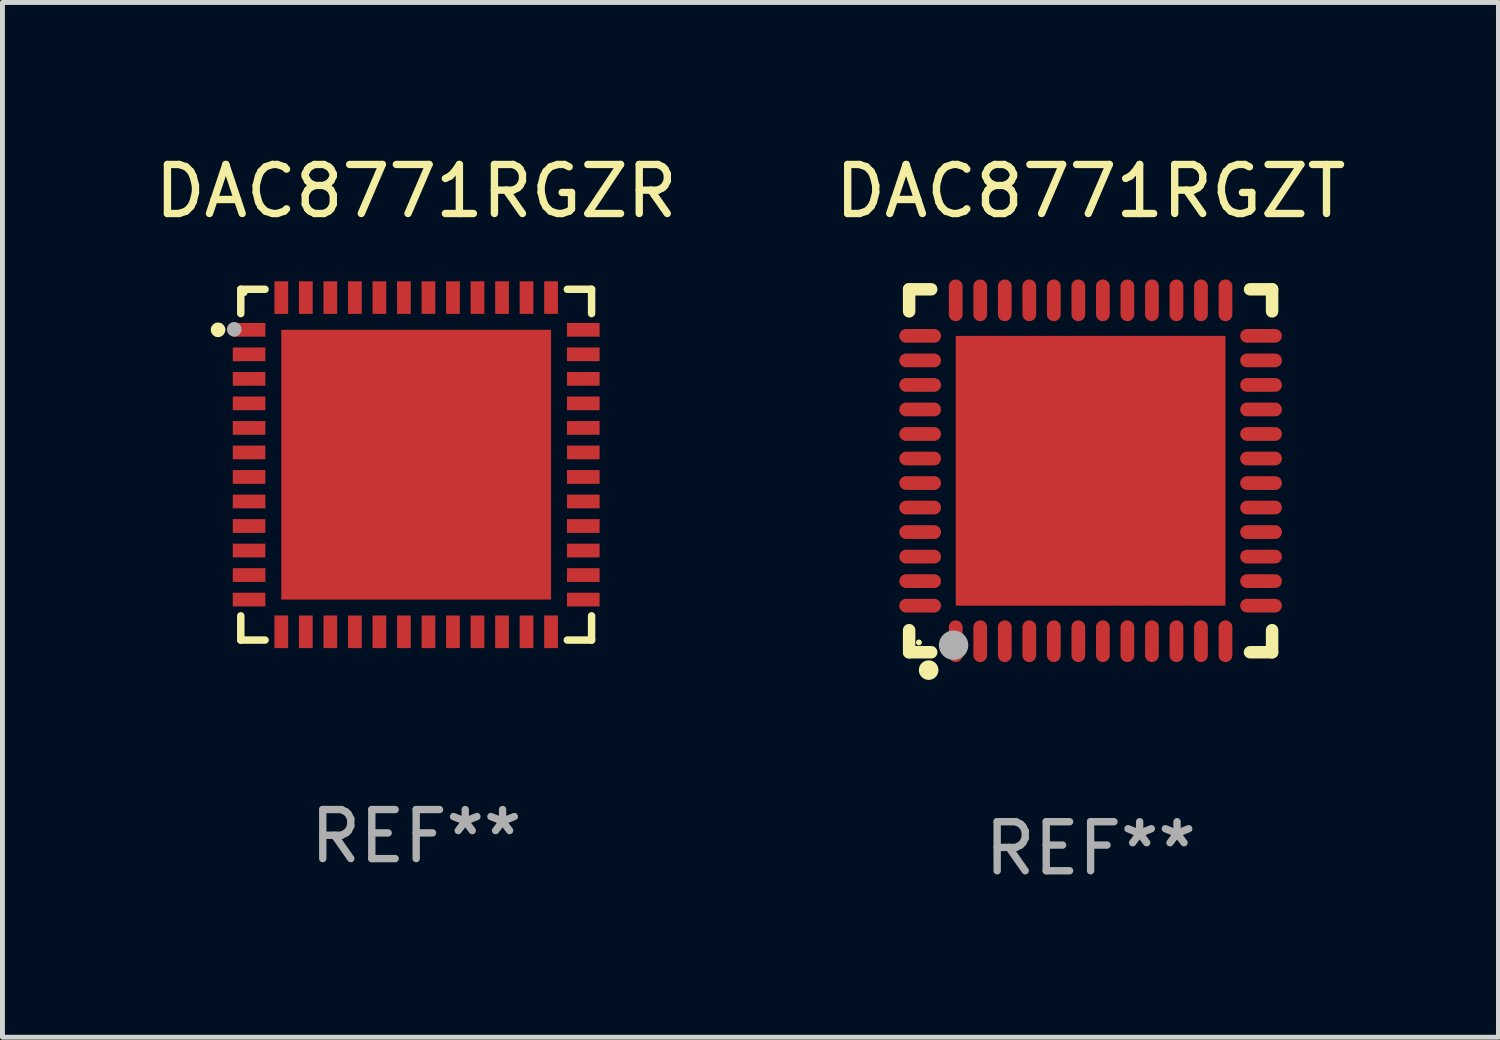
<source format=kicad_pcb>
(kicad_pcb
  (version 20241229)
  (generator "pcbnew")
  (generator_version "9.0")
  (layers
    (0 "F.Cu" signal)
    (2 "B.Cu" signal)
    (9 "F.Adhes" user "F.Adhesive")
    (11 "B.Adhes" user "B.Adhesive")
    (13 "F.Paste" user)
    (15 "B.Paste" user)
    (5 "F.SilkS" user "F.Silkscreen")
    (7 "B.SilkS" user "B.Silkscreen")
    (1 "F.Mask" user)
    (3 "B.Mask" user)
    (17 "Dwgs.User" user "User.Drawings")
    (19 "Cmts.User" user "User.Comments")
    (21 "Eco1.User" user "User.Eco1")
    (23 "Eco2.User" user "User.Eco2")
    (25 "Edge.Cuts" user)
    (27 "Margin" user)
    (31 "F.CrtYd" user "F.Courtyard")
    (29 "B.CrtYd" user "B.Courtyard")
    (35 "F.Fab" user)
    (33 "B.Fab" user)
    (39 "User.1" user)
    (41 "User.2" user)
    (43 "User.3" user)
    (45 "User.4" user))
  (footprint "DAC8771RGZT"
    (layer "F.Cu")
    (at 19.185 6.548)
    (property "Reference" "DAC8771RGZT" (at 0 -5.7 0) (layer "F.SilkS") (effects (font (size 1 1) (thickness 0.15))))
    (attr through_hole)
    (fp_line (start -3.7 -3.7) (end -3.25 -3.7) (stroke (width 0.254) (type solid)) (layer "F.SilkS"))
    (fp_line (start -3.7 -3.25) (end -3.7 -3.7) (stroke (width 0.254) (type solid)) (layer "F.SilkS"))
    (fp_line (start -3.7 3.7) (end -3.7 3.25) (stroke (width 0.254) (type solid)) (layer "F.SilkS"))
    (fp_line (start -3.25 3.7) (end -3.7 3.7) (stroke (width 0.254) (type solid)) (layer "F.SilkS"))
    (fp_line (start 3.25 3.7) (end 3.7 3.7) (stroke (width 0.254) (type solid)) (layer "F.SilkS"))
    (fp_line (start 3.7 -3.7) (end 3.25 -3.7) (stroke (width 0.254) (type solid)) (layer "F.SilkS"))
    (fp_line (start 3.7 -3.25) (end 3.7 -3.7) (stroke (width 0.254) (type solid)) (layer "F.SilkS"))
    (fp_line (start 3.7 3.7) (end 3.7 3.25) (stroke (width 0.254) (type solid)) (layer "F.SilkS"))
    (fp_circle (center -3.5 3.5) (end -3.47 3.5) (stroke (width 0.06) (type solid)) (fill no) (layer "F.SilkS"))
    (fp_circle (center -3.302 4.064) (end -3.202 4.064) (stroke (width 0.2) (type solid)) (fill no) (layer "F.SilkS"))
    (fp_circle (center -2.794 3.556) (end -2.644 3.556) (stroke (width 0.3) (type solid)) (fill no) (layer "F.Fab"))
    (fp_text user "REF**" (at 0 7.7 0) (layer "F.Fab") (effects (font (size 1 1) (thickness 0.15))))
    (pad "1" smd oval (at -2.75 3.475) (size 0.28 0.85) (layers "F.Cu" "F.Mask" "F.Paste"))
    (pad "2" smd oval (at -2.25 3.475) (size 0.28 0.85) (layers "F.Cu" "F.Mask" "F.Paste"))
    (pad "3" smd oval (at -1.75 3.475) (size 0.28 0.85) (layers "F.Cu" "F.Mask" "F.Paste"))
    (pad "4" smd oval (at -1.25 3.475) (size 0.28 0.85) (layers "F.Cu" "F.Mask" "F.Paste"))
    (pad "5" smd oval (at -0.75 3.475) (size 0.28 0.85) (layers "F.Cu" "F.Mask" "F.Paste"))
    (pad "6" smd oval (at -0.25 3.475) (size 0.28 0.85) (layers "F.Cu" "F.Mask" "F.Paste"))
    (pad "7" smd oval (at 0.25 3.475) (size 0.28 0.85) (layers "F.Cu" "F.Mask" "F.Paste"))
    (pad "8" smd oval (at 0.75 3.475) (size 0.28 0.85) (layers "F.Cu" "F.Mask" "F.Paste"))
    (pad "9" smd oval (at 1.25 3.475) (size 0.28 0.85) (layers "F.Cu" "F.Mask" "F.Paste"))
    (pad "10" smd oval (at 1.75 3.475) (size 0.28 0.85) (layers "F.Cu" "F.Mask" "F.Paste"))
    (pad "11" smd oval (at 2.25 3.475) (size 0.28 0.85) (layers "F.Cu" "F.Mask" "F.Paste"))
    (pad "12" smd oval (at 2.75 3.475) (size 0.28 0.85) (layers "F.Cu" "F.Mask" "F.Paste"))
    (pad "13" smd oval (at 3.475 2.75) (size 0.85 0.28) (layers "F.Cu" "F.Mask" "F.Paste"))
    (pad "14" smd oval (at 3.475 2.25) (size 0.85 0.28) (layers "F.Cu" "F.Mask" "F.Paste"))
    (pad "15" smd oval (at 3.475 1.75) (size 0.85 0.28) (layers "F.Cu" "F.Mask" "F.Paste"))
    (pad "16" smd oval (at 3.475 1.25) (size 0.85 0.28) (layers "F.Cu" "F.Mask" "F.Paste"))
    (pad "17" smd oval (at 3.475 0.75) (size 0.85 0.28) (layers "F.Cu" "F.Mask" "F.Paste"))
    (pad "18" smd oval (at 3.475 0.25) (size 0.85 0.28) (layers "F.Cu" "F.Mask" "F.Paste"))
    (pad "19" smd oval (at 3.475 -0.25) (size 0.85 0.28) (layers "F.Cu" "F.Mask" "F.Paste"))
    (pad "20" smd oval (at 3.475 -0.75) (size 0.85 0.28) (layers "F.Cu" "F.Mask" "F.Paste"))
    (pad "21" smd oval (at 3.475 -1.25) (size 0.85 0.28) (layers "F.Cu" "F.Mask" "F.Paste"))
    (pad "22" smd oval (at 3.475 -1.75) (size 0.85 0.28) (layers "F.Cu" "F.Mask" "F.Paste"))
    (pad "23" smd oval (at 3.475 -2.25) (size 0.85 0.28) (layers "F.Cu" "F.Mask" "F.Paste"))
    (pad "24" smd oval (at 3.475 -2.75) (size 0.85 0.28) (layers "F.Cu" "F.Mask" "F.Paste"))
    (pad "25" smd oval (at 2.75 -3.475) (size 0.28 0.85) (layers "F.Cu" "F.Mask" "F.Paste"))
    (pad "26" smd oval (at 2.25 -3.475) (size 0.28 0.85) (layers "F.Cu" "F.Mask" "F.Paste"))
    (pad "27" smd oval (at 1.75 -3.475) (size 0.28 0.85) (layers "F.Cu" "F.Mask" "F.Paste"))
    (pad "28" smd oval (at 1.25 -3.475) (size 0.28 0.85) (layers "F.Cu" "F.Mask" "F.Paste"))
    (pad "29" smd oval (at 0.75 -3.475) (size 0.28 0.85) (layers "F.Cu" "F.Mask" "F.Paste"))
    (pad "30" smd oval (at 0.25 -3.475) (size 0.28 0.85) (layers "F.Cu" "F.Mask" "F.Paste"))
    (pad "31" smd oval (at -0.25 -3.475) (size 0.28 0.85) (layers "F.Cu" "F.Mask" "F.Paste"))
    (pad "32" smd oval (at -0.75 -3.475) (size 0.28 0.85) (layers "F.Cu" "F.Mask" "F.Paste"))
    (pad "33" smd oval (at -1.25 -3.475) (size 0.28 0.85) (layers "F.Cu" "F.Mask" "F.Paste"))
    (pad "34" smd oval (at -1.75 -3.475) (size 0.28 0.85) (layers "F.Cu" "F.Mask" "F.Paste"))
    (pad "35" smd oval (at -2.25 -3.475) (size 0.28 0.85) (layers "F.Cu" "F.Mask" "F.Paste"))
    (pad "36" smd oval (at -2.75 -3.475) (size 0.28 0.85) (layers "F.Cu" "F.Mask" "F.Paste"))
    (pad "37" smd oval (at -3.475 -2.75) (size 0.85 0.28) (layers "F.Cu" "F.Mask" "F.Paste"))
    (pad "38" smd oval (at -3.475 -2.25) (size 0.85 0.28) (layers "F.Cu" "F.Mask" "F.Paste"))
    (pad "39" smd oval (at -3.475 -1.75) (size 0.85 0.28) (layers "F.Cu" "F.Mask" "F.Paste"))
    (pad "40" smd oval (at -3.475 -1.25) (size 0.85 0.28) (layers "F.Cu" "F.Mask" "F.Paste"))
    (pad "41" smd oval (at -3.475 -0.75) (size 0.85 0.28) (layers "F.Cu" "F.Mask" "F.Paste"))
    (pad "42" smd oval (at -3.475 -0.25) (size 0.85 0.28) (layers "F.Cu" "F.Mask" "F.Paste"))
    (pad "43" smd oval (at -3.475 0.25) (size 0.85 0.28) (layers "F.Cu" "F.Mask" "F.Paste"))
    (pad "44" smd oval (at -3.475 0.75) (size 0.85 0.28) (layers "F.Cu" "F.Mask" "F.Paste"))
    (pad "45" smd oval (at -3.475 1.25) (size 0.85 0.28) (layers "F.Cu" "F.Mask" "F.Paste"))
    (pad "46" smd oval (at -3.475 1.75) (size 0.85 0.28) (layers "F.Cu" "F.Mask" "F.Paste"))
    (pad "47" smd oval (at -3.475 2.25) (size 0.85 0.28) (layers "F.Cu" "F.Mask" "F.Paste"))
    (pad "48" smd oval (at -3.475 2.75) (size 0.85 0.28) (layers "F.Cu" "F.Mask" "F.Paste"))
    (pad "49" smd rect (at -0.000102 0.000102) (size 5.5 5.5) (layers "F.Cu" "F.Mask" "F.Paste")))
  (footprint "DAC8771RGZR"
    (layer "F.Cu")
    (at 5.435 6.424)
    (property "Reference" "DAC8771RGZR" (at 0 -5.576 0) (layer "F.SilkS") (effects (font (size 1 1) (thickness 0.15))))
    (attr through_hole)
    (fp_line (start -3.576 -3.576) (end -3.576 -3.081) (stroke (width 0.152) (type solid)) (layer "F.SilkS"))
    (fp_line (start -3.576 3.576) (end -3.576 3.081) (stroke (width 0.152) (type solid)) (layer "F.SilkS"))
    (fp_line (start -3.081 -3.576) (end -3.576 -3.576) (stroke (width 0.152) (type solid)) (layer "F.SilkS"))
    (fp_line (start -3.081 3.576) (end -3.576 3.576) (stroke (width 0.152) (type solid)) (layer "F.SilkS"))
    (fp_line (start 3.081 -3.576) (end 3.576 -3.576) (stroke (width 0.152) (type solid)) (layer "F.SilkS"))
    (fp_line (start 3.081 3.576) (end 3.576 3.576) (stroke (width 0.152) (type solid)) (layer "F.SilkS"))
    (fp_line (start 3.576 -3.576) (end 3.576 -3.081) (stroke (width 0.152) (type solid)) (layer "F.SilkS"))
    (fp_line (start 3.576 3.576) (end 3.576 3.081) (stroke (width 0.152) (type solid)) (layer "F.SilkS"))
    (fp_circle (center -4.04 -2.75) (end -3.965 -2.75) (stroke (width 0.15) (type solid)) (fill no) (layer "F.SilkS"))
    (fp_circle (center -3.5 -3.5) (end -3.47 -3.5) (stroke (width 0.06) (type solid)) (fill no) (layer "F.SilkS"))
    (fp_circle (center -3.71 -2.76) (end -3.635 -2.76) (stroke (width 0.15) (type solid)) (fill no) (layer "F.Fab"))
    (fp_text user "REF**" (at 0 7.576 0) (layer "F.Fab") (effects (font (size 1 1) (thickness 0.15))))
    (pad "1" smd rect (at -3.407 -2.75) (size 0.665 0.28) (layers "F.Cu" "F.Mask" "F.Paste"))
    (pad "2" smd rect (at -3.407 -2.25) (size 0.665 0.28) (layers "F.Cu" "F.Mask" "F.Paste"))
    (pad "3" smd rect (at -3.407 -1.75) (size 0.665 0.28) (layers "F.Cu" "F.Mask" "F.Paste"))
    (pad "4" smd rect (at -3.407 -1.25) (size 0.665 0.28) (layers "F.Cu" "F.Mask" "F.Paste"))
    (pad "5" smd rect (at -3.407 -0.75) (size 0.665 0.28) (layers "F.Cu" "F.Mask" "F.Paste"))
    (pad "6" smd rect (at -3.407 -0.25) (size 0.665 0.28) (layers "F.Cu" "F.Mask" "F.Paste"))
    (pad "7" smd rect (at -3.407 0.25) (size 0.665 0.28) (layers "F.Cu" "F.Mask" "F.Paste"))
    (pad "8" smd rect (at -3.407 0.75) (size 0.665 0.28) (layers "F.Cu" "F.Mask" "F.Paste"))
    (pad "9" smd rect (at -3.407 1.25) (size 0.665 0.28) (layers "F.Cu" "F.Mask" "F.Paste"))
    (pad "10" smd rect (at -3.407 1.75) (size 0.665 0.28) (layers "F.Cu" "F.Mask" "F.Paste"))
    (pad "11" smd rect (at -3.407 2.25) (size 0.665 0.28) (layers "F.Cu" "F.Mask" "F.Paste"))
    (pad "12" smd rect (at -3.407 2.75) (size 0.665 0.28) (layers "F.Cu" "F.Mask" "F.Paste"))
    (pad "13" smd rect (at -2.75 3.407) (size 0.28 0.665) (layers "F.Cu" "F.Mask" "F.Paste"))
    (pad "14" smd rect (at -2.25 3.407) (size 0.28 0.665) (layers "F.Cu" "F.Mask" "F.Paste"))
    (pad "15" smd rect (at -1.75 3.407) (size 0.28 0.665) (layers "F.Cu" "F.Mask" "F.Paste"))
    (pad "16" smd rect (at -1.25 3.407) (size 0.28 0.665) (layers "F.Cu" "F.Mask" "F.Paste"))
    (pad "17" smd rect (at -0.75 3.407) (size 0.28 0.665) (layers "F.Cu" "F.Mask" "F.Paste"))
    (pad "18" smd rect (at -0.25 3.407) (size 0.28 0.665) (layers "F.Cu" "F.Mask" "F.Paste"))
    (pad "19" smd rect (at 0.25 3.407) (size 0.28 0.665) (layers "F.Cu" "F.Mask" "F.Paste"))
    (pad "20" smd rect (at 0.75 3.407) (size 0.28 0.665) (layers "F.Cu" "F.Mask" "F.Paste"))
    (pad "21" smd rect (at 1.25 3.407) (size 0.28 0.665) (layers "F.Cu" "F.Mask" "F.Paste"))
    (pad "22" smd rect (at 1.75 3.407) (size 0.28 0.665) (layers "F.Cu" "F.Mask" "F.Paste"))
    (pad "23" smd rect (at 2.25 3.407) (size 0.28 0.665) (layers "F.Cu" "F.Mask" "F.Paste"))
    (pad "24" smd rect (at 2.75 3.407) (size 0.28 0.665) (layers "F.Cu" "F.Mask" "F.Paste"))
    (pad "25" smd rect (at 3.407 2.75) (size 0.665 0.28) (layers "F.Cu" "F.Mask" "F.Paste"))
    (pad "26" smd rect (at 3.407 2.25) (size 0.665 0.28) (layers "F.Cu" "F.Mask" "F.Paste"))
    (pad "27" smd rect (at 3.407 1.75) (size 0.665 0.28) (layers "F.Cu" "F.Mask" "F.Paste"))
    (pad "28" smd rect (at 3.407 1.25) (size 0.665 0.28) (layers "F.Cu" "F.Mask" "F.Paste"))
    (pad "29" smd rect (at 3.407 0.75) (size 0.665 0.28) (layers "F.Cu" "F.Mask" "F.Paste"))
    (pad "30" smd rect (at 3.407 0.25) (size 0.665 0.28) (layers "F.Cu" "F.Mask" "F.Paste"))
    (pad "31" smd rect (at 3.407 -0.25) (size 0.665 0.28) (layers "F.Cu" "F.Mask" "F.Paste"))
    (pad "32" smd rect (at 3.407 -0.75) (size 0.665 0.28) (layers "F.Cu" "F.Mask" "F.Paste"))
    (pad "33" smd rect (at 3.407 -1.25) (size 0.665 0.28) (layers "F.Cu" "F.Mask" "F.Paste"))
    (pad "34" smd rect (at 3.407 -1.75) (size 0.665 0.28) (layers "F.Cu" "F.Mask" "F.Paste"))
    (pad "35" smd rect (at 3.407 -2.25) (size 0.665 0.28) (layers "F.Cu" "F.Mask" "F.Paste"))
    (pad "36" smd rect (at 3.407 -2.75) (size 0.665 0.28) (layers "F.Cu" "F.Mask" "F.Paste"))
    (pad "37" smd rect (at 2.75 -3.407) (size 0.28 0.665) (layers "F.Cu" "F.Mask" "F.Paste"))
    (pad "38" smd rect (at 2.25 -3.407) (size 0.28 0.665) (layers "F.Cu" "F.Mask" "F.Paste"))
    (pad "39" smd rect (at 1.75 -3.407) (size 0.28 0.665) (layers "F.Cu" "F.Mask" "F.Paste"))
    (pad "40" smd rect (at 1.25 -3.407) (size 0.28 0.665) (layers "F.Cu" "F.Mask" "F.Paste"))
    (pad "41" smd rect (at 0.75 -3.407) (size 0.28 0.665) (layers "F.Cu" "F.Mask" "F.Paste"))
    (pad "42" smd rect (at 0.25 -3.407) (size 0.28 0.665) (layers "F.Cu" "F.Mask" "F.Paste"))
    (pad "43" smd rect (at -0.25 -3.407) (size 0.28 0.665) (layers "F.Cu" "F.Mask" "F.Paste"))
    (pad "44" smd rect (at -0.75 -3.407) (size 0.28 0.665) (layers "F.Cu" "F.Mask" "F.Paste"))
    (pad "45" smd rect (at -1.25 -3.407) (size 0.28 0.665) (layers "F.Cu" "F.Mask" "F.Paste"))
    (pad "46" smd rect (at -1.75 -3.407) (size 0.28 0.665) (layers "F.Cu" "F.Mask" "F.Paste"))
    (pad "47" smd rect (at -2.25 -3.407) (size 0.28 0.665) (layers "F.Cu" "F.Mask" "F.Paste"))
    (pad "48" smd rect (at -2.75 -3.407) (size 0.28 0.665) (layers "F.Cu" "F.Mask" "F.Paste"))
    (pad "49" smd rect (at 0 0) (size 5.5 5.5) (layers "F.Cu" "F.Mask" "F.Paste")))
  (gr_rect
    (start -3 -3)
    (end 27.5 18.097)
    (stroke (width 0.1) (type default))
    (fill no)
    (layer "Edge.Cuts")))
</source>
